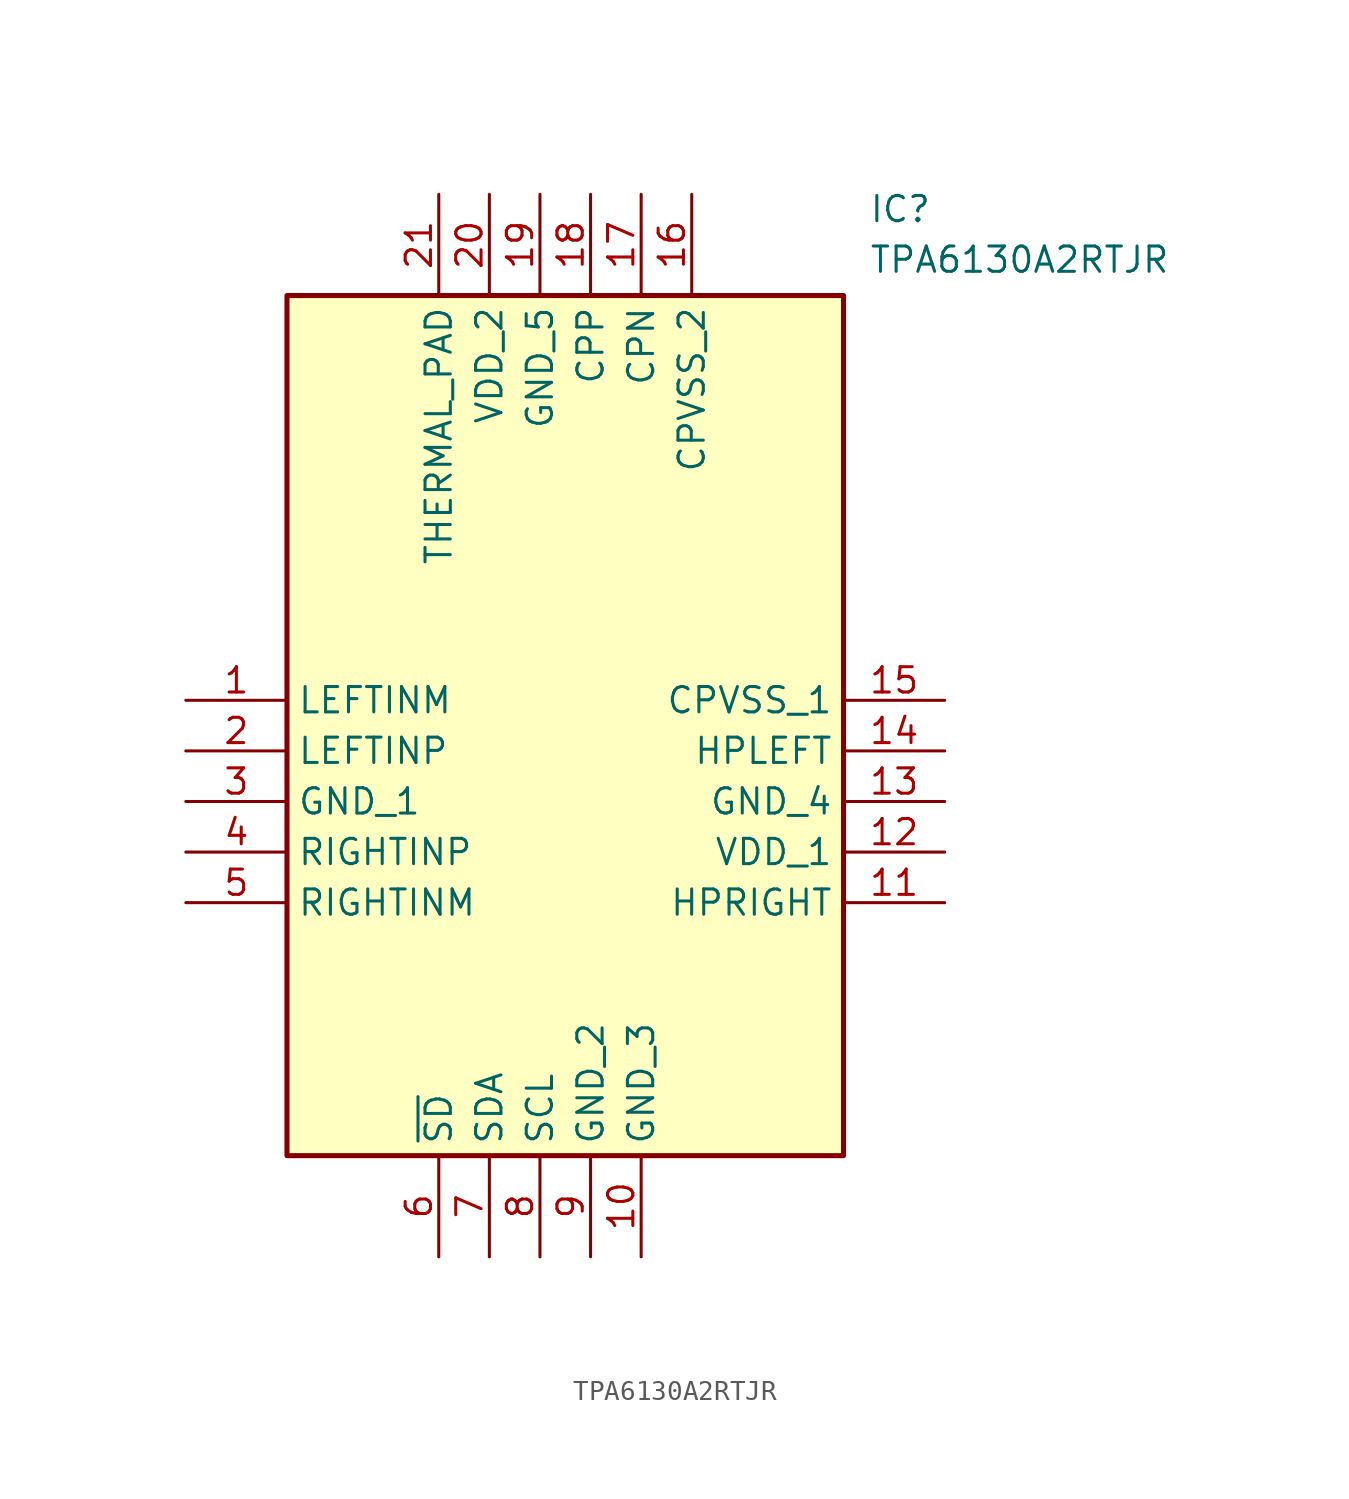
<source format=kicad_sym>
(kicad_symbol_lib
  (version 20211014)
  (generator SamacSys_ECAD_Model)
  (symbol "TPA6130A2RTJR"
    (property "Reference" "IC"
      (at 34.29 25.4 0)
      (effects (font (size 1.27 1.27)) (justify left top)))
    (property "Value" "TPA6130A2RTJR"
      (at 34.29 22.86 0)
      (effects (font (size 1.27 1.27)) (justify left top)))
    (rectangle
      (start 5.08 20.32)
      (end 33.02 -22.86)
      (stroke (width 0.254) (type default))
      (fill (type background)))
    (pin input line
      (at 0 0 0)
      (length 5.08)
      (name "LEFTINM" (effects (font (size 1.27 1.27))))
      (number "1" (effects (font (size 1.27 1.27)))))
    (pin input line
      (at 0 -2.54 0)
      (length 5.08)
      (name "LEFTINP" (effects (font (size 1.27 1.27))))
      (number "2" (effects (font (size 1.27 1.27)))))
    (pin power_in line
      (at 0 -5.08 0)
      (length 5.08)
      (name "GND_1" (effects (font (size 1.27 1.27))))
      (number "3" (effects (font (size 1.27 1.27)))))
    (pin input line
      (at 0 -7.62 0)
      (length 5.08)
      (name "RIGHTINP" (effects (font (size 1.27 1.27))))
      (number "4" (effects (font (size 1.27 1.27)))))
    (pin input line
      (at 0 -10.16 0)
      (length 5.08)
      (name "RIGHTINM" (effects (font (size 1.27 1.27))))
      (number "5" (effects (font (size 1.27 1.27)))))
    (pin input line
      (at 12.7 -27.94 90)
      (length 5.08)
      (name "~{SD}" (effects (font (size 1.27 1.27))))
      (number "6" (effects (font (size 1.27 1.27)))))
    (pin bidirectional line
      (at 15.24 -27.94 90)
      (length 5.08)
      (name "SDA" (effects (font (size 1.27 1.27))))
      (number "7" (effects (font (size 1.27 1.27)))))
    (pin input line
      (at 17.78 -27.94 90)
      (length 5.08)
      (name "SCL" (effects (font (size 1.27 1.27))))
      (number "8" (effects (font (size 1.27 1.27)))))
    (pin power_in line
      (at 20.32 -27.94 90)
      (length 5.08)
      (name "GND_2" (effects (font (size 1.27 1.27))))
      (number "9" (effects (font (size 1.27 1.27)))))
    (pin power_in line
      (at 22.86 -27.94 90)
      (length 5.08)
      (name "GND_3" (effects (font (size 1.27 1.27))))
      (number "10" (effects (font (size 1.27 1.27)))))
    (pin power_in line
      (at 38.1 0 180)
      (length 5.08)
      (name "CPVSS_1" (effects (font (size 1.27 1.27))))
      (number "15" (effects (font (size 1.27 1.27)))))
    (pin output line
      (at 38.1 -2.54 180)
      (length 5.08)
      (name "HPLEFT" (effects (font (size 1.27 1.27))))
      (number "14" (effects (font (size 1.27 1.27)))))
    (pin power_in line
      (at 38.1 -5.08 180)
      (length 5.08)
      (name "GND_4" (effects (font (size 1.27 1.27))))
      (number "13" (effects (font (size 1.27 1.27)))))
    (pin power_in line
      (at 38.1 -7.62 180)
      (length 5.08)
      (name "VDD_1" (effects (font (size 1.27 1.27))))
      (number "12" (effects (font (size 1.27 1.27)))))
    (pin output line
      (at 38.1 -10.16 180)
      (length 5.08)
      (name "HPRIGHT" (effects (font (size 1.27 1.27))))
      (number "11" (effects (font (size 1.27 1.27)))))
    (pin power_in line
      (at 12.7 25.4 270)
      (length 5.08)
      (name "THERMAL_PAD" (effects (font (size 1.27 1.27))))
      (number "21" (effects (font (size 1.27 1.27)))))
    (pin power_in line
      (at 15.24 25.4 270)
      (length 5.08)
      (name "VDD_2" (effects (font (size 1.27 1.27))))
      (number "20" (effects (font (size 1.27 1.27)))))
    (pin power_in line
      (at 17.78 25.4 270)
      (length 5.08)
      (name "GND_5" (effects (font (size 1.27 1.27))))
      (number "19" (effects (font (size 1.27 1.27)))))
    (pin power_in line
      (at 20.32 25.4 270)
      (length 5.08)
      (name "CPP" (effects (font (size 1.27 1.27))))
      (number "18" (effects (font (size 1.27 1.27)))))
    (pin power_in line
      (at 22.86 25.4 270)
      (length 5.08)
      (name "CPN" (effects (font (size 1.27 1.27))))
      (number "17" (effects (font (size 1.27 1.27)))))
    (pin power_in line
      (at 25.4 25.4 270)
      (length 5.08)
      (name "CPVSS_2" (effects (font (size 1.27 1.27))))
      (number "16" (effects (font (size 1.27 1.27)))))))
</source>
